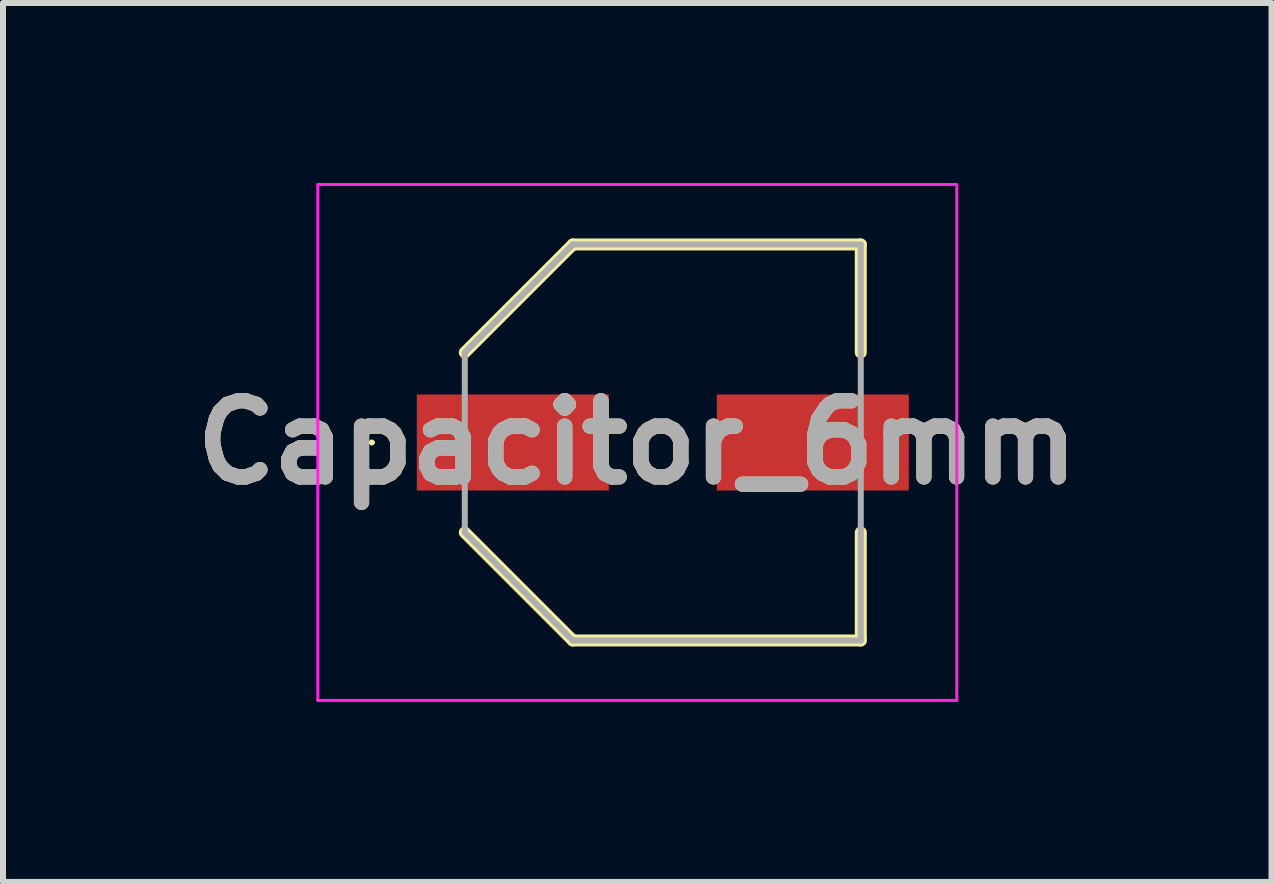
<source format=kicad_pcb>
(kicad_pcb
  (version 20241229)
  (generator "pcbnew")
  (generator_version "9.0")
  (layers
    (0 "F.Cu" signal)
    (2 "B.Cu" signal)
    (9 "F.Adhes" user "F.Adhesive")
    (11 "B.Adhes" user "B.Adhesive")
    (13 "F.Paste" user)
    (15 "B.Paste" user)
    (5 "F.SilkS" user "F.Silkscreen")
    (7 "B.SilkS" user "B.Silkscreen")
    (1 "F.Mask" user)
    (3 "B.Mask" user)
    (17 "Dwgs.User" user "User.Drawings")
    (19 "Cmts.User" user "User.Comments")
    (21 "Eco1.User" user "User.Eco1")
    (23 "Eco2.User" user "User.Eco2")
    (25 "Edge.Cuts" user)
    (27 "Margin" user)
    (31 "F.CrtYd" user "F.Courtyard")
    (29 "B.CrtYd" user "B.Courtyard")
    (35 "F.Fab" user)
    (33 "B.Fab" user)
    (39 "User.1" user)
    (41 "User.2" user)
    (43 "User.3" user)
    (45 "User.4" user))
  (footprint "Capacitor_6mm"
    (layer "F.Cu")
    (at 7.997 4.325)
    (property "Reference" "Capacitor_6mm" (at -0.425 0 0) (layer "F.SilkS") (effects (font (size 1.27 1.27) (thickness 0.254))))
    (attr smd)
    (fp_line (start -4.875 0) (end -4.875 0) (stroke (width 0.05) (type solid)) (layer "F.SilkS"))
    (fp_line (start -4.825 0) (end -4.825 0) (stroke (width 0.05) (type solid)) (layer "F.SilkS"))
    (fp_line (start -3.3 -1.5) (end -1.5 -3.3) (stroke (width 0.2) (type solid)) (layer "F.SilkS"))
    (fp_line (start -3.3 1.5) (end -1.5 3.3) (stroke (width 0.2) (type solid)) (layer "F.SilkS"))
    (fp_line (start -1.5 -3.3) (end 3.3 -3.3) (stroke (width 0.2) (type solid)) (layer "F.SilkS"))
    (fp_line (start -1.5 3.3) (end 3.3 3.3) (stroke (width 0.2) (type solid)) (layer "F.SilkS"))
    (fp_line (start 3.3 -3.3) (end 3.3 -1.5) (stroke (width 0.2) (type solid)) (layer "F.SilkS"))
    (fp_line (start 3.3 3.3) (end 3.3 1.5) (stroke (width 0.2) (type solid)) (layer "F.SilkS"))
    (fp_arc (start -4.875 0) (mid -4.85 -0.025) (end -4.825 0) (stroke (width 0.05) (type solid)) (layer "F.SilkS"))
    (fp_arc (start -4.825 0) (mid -4.85 0.025) (end -4.875 0) (stroke (width 0.05) (type solid)) (layer "F.SilkS"))
    (fp_line (start -5.75 -4.3) (end 4.9 -4.3) (stroke (width 0.05) (type solid)) (layer "F.CrtYd"))
    (fp_line (start -5.75 4.3) (end -5.75 -4.3) (stroke (width 0.05) (type solid)) (layer "F.CrtYd"))
    (fp_line (start 4.9 -4.3) (end 4.9 4.3) (stroke (width 0.05) (type solid)) (layer "F.CrtYd"))
    (fp_line (start 4.9 4.3) (end -5.75 4.3) (stroke (width 0.05) (type solid)) (layer "F.CrtYd"))
    (fp_line (start -3.3 -1.5) (end -1.5 -3.3) (stroke (width 0.1) (type solid)) (layer "F.Fab"))
    (fp_line (start -3.3 -1.5) (end -1.5 -3.3) (stroke (width 0.1) (type solid)) (layer "F.Fab"))
    (fp_line (start -3.3 1.5) (end -3.3 -1.5) (stroke (width 0.1) (type solid)) (layer "F.Fab"))
    (fp_line (start -1.5 -3.3) (end 3.3 -3.3) (stroke (width 0.1) (type solid)) (layer "F.Fab"))
    (fp_line (start -1.5 3.3) (end -3.3 1.5) (stroke (width 0.1) (type solid)) (layer "F.Fab"))
    (fp_line (start 3.3 -3.3) (end 3.3 3.3) (stroke (width 0.1) (type solid)) (layer "F.Fab"))
    (fp_line (start 3.3 3.3) (end -1.5 3.3) (stroke (width 0.1) (type solid)) (layer "F.Fab"))
    (fp_text user "${REFERENCE}" (at -0.425 0 0) (layer "F.Fab") (effects (font (size 1.27 1.27) (thickness 0.254))))
    (pad "1" smd rect (at -2.5 0 90) (size 1.6 3.2) (layers "F.Cu" "F.Mask" "F.Paste"))
    (pad "2" smd rect (at 2.5 0 90) (size 1.6 3.2) (layers "F.Cu" "F.Mask" "F.Paste")))
  (gr_rect
    (start -3 -3)
    (end 18.143 11.65)
    (stroke (width 0.1) (type default))
    (fill no)
    (layer "Edge.Cuts")))
</source>
